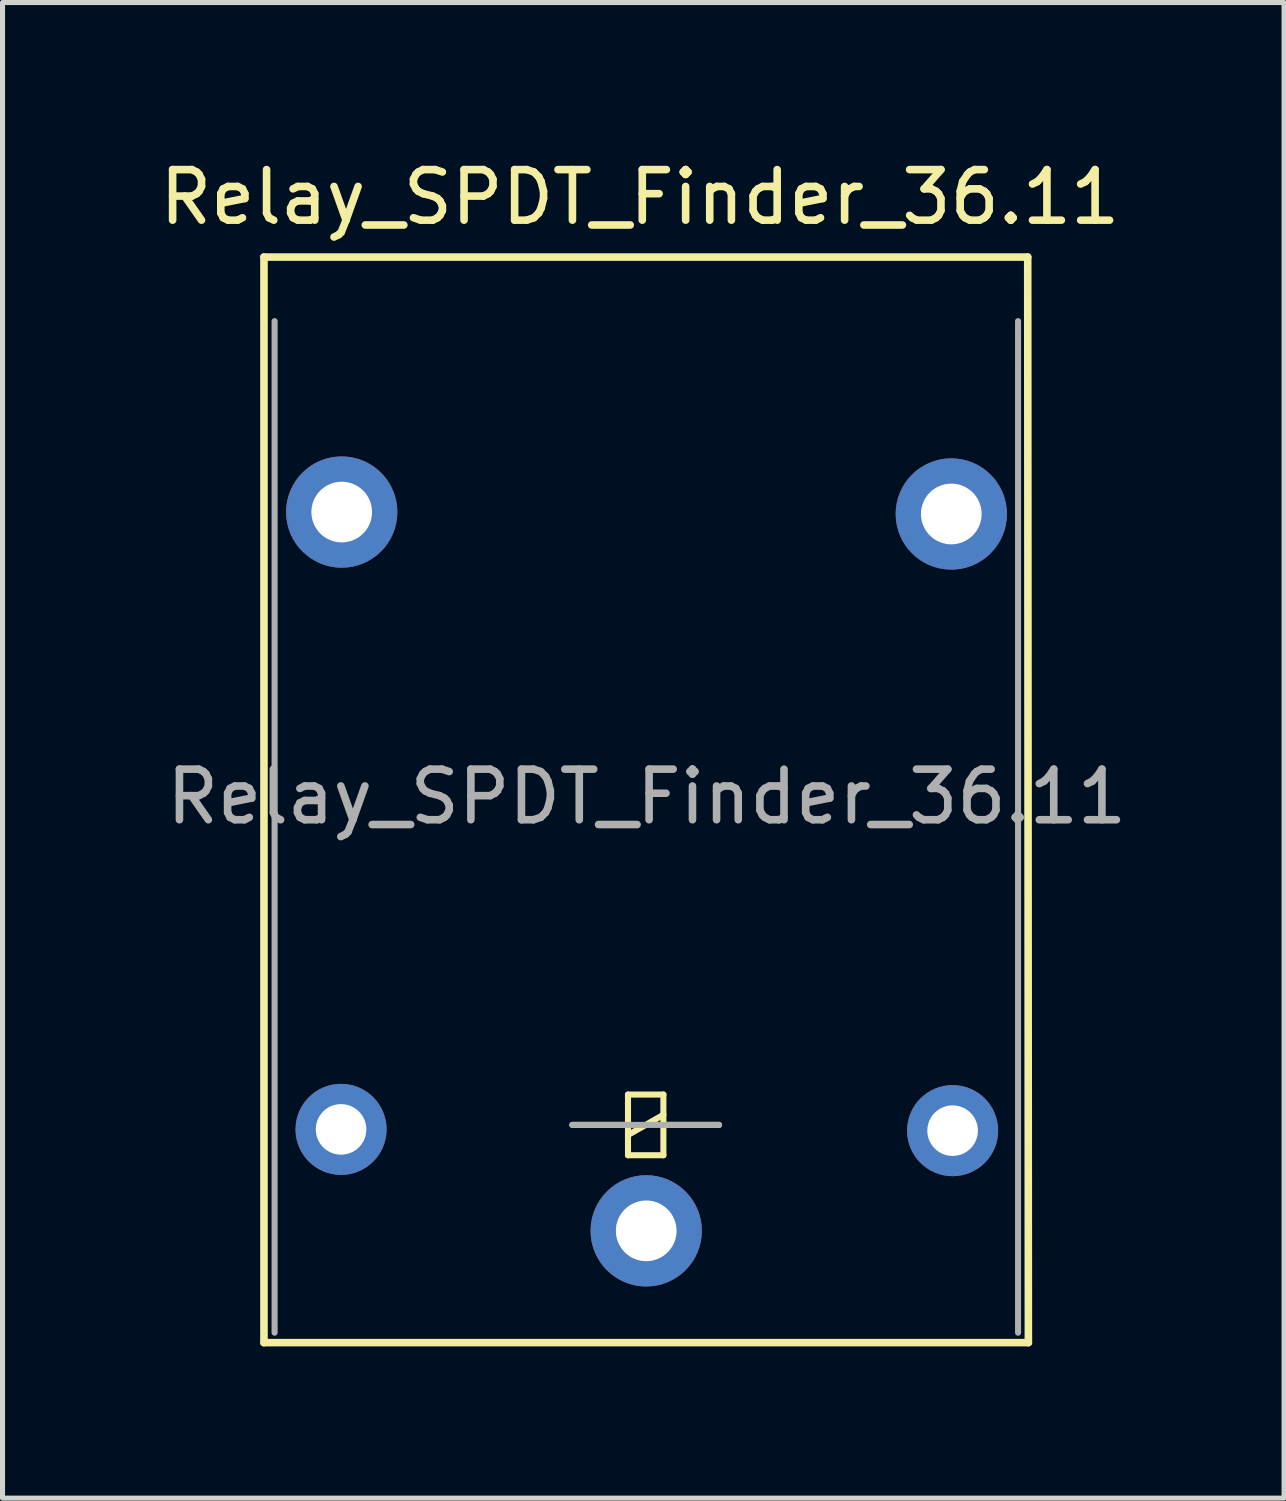
<source format=kicad_pcb>
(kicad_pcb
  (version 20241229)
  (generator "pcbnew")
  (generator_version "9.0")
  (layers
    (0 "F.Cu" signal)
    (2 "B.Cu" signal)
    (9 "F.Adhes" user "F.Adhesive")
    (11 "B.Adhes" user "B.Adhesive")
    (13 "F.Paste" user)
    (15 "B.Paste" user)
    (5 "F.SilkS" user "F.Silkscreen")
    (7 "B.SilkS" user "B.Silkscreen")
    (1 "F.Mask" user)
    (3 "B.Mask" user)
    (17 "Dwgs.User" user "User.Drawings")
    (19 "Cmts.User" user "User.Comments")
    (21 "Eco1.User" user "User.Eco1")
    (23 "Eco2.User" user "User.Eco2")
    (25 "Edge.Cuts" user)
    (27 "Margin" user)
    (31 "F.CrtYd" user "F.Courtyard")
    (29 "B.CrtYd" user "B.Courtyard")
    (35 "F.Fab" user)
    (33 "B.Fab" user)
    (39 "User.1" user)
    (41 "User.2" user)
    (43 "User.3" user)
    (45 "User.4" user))
  (footprint "Relay_SPDT_Finder_36.11"
    (layer "F.Cu")
    (at 9.624 12.954)
    (property "Reference" "Relay_SPDT_Finder_36.11" (at -0.023 -12.106 0) (layer "F.SilkS") (effects (font (size 1 1) (thickness 0.15))))
    (attr through_hole)
    (fp_line (start -7.455 -10.922) (end -7.455 10.541) (stroke (width 0.15) (type solid)) (layer "F.SilkS"))
    (fp_line (start -7.455 -10.922) (end 7.645 -10.922) (stroke (width 0.15) (type solid)) (layer "F.SilkS"))
    (fp_line (start -0.258 5.636) (end -0.258 6.836) (stroke (width 0.12) (type solid)) (layer "F.SilkS"))
    (fp_line (start -0.258 6.236) (end -1.358 6.236) (stroke (width 0.12) (type solid)) (layer "F.SilkS"))
    (fp_line (start -0.258 6.436) (end 0.442 6.036) (stroke (width 0.12) (type solid)) (layer "F.SilkS"))
    (fp_line (start -0.258 6.836) (end 0.442 6.836) (stroke (width 0.12) (type solid)) (layer "F.SilkS"))
    (fp_line (start 0.442 5.636) (end -0.258 5.636) (stroke (width 0.12) (type solid)) (layer "F.SilkS"))
    (fp_line (start 0.442 6.236) (end 1.542 6.236) (stroke (width 0.12) (type solid)) (layer "F.SilkS"))
    (fp_line (start 0.442 6.836) (end 0.442 5.636) (stroke (width 0.12) (type solid)) (layer "F.SilkS"))
    (fp_line (start 7.658 10.541) (end -7.455 10.541) (stroke (width 0.15) (type solid)) (layer "F.SilkS"))
    (fp_line (start 7.658 10.541) (end 7.645 -10.922) (stroke (width 0.15) (type solid)) (layer "F.SilkS"))
    (fp_line (start -7.245 10.345) (end -7.245 -9.655) (stroke (width 0.12) (type solid)) (layer "F.Fab"))
    (fp_line (start -1.358 6.236) (end 1.542 6.236) (stroke (width 0.12) (type solid)) (layer "F.Fab"))
    (fp_line (start 7.454 -9.655) (end 7.454 10.345) (stroke (width 0.12) (type solid)) (layer "F.Fab"))
    (fp_text user "${REFERENCE}" (at 0.112 -0.252 0) (layer "F.Fab") (effects (font (size 1 1) (thickness 0.15))))
    (pad "11" thru_hole circle (at 0.102 8.331) (size 2.2 2.2) (drill 1.2) (layers "*.Cu" "*.Mask"))
    (pad "12" thru_hole circle (at -5.918 -5.88) (size 2.2 2.2) (drill 1.2) (layers "*.Cu" "*.Mask"))
    (pad "14" thru_hole circle (at 6.134 -5.842) (size 2.2 2.2) (drill 1.2) (layers "*.Cu" "*.Mask"))
    (pad "A1" thru_hole circle (at 6.16 6.35) (size 1.8 1.8) (drill 1) (layers "*.Cu" "*.Mask"))
    (pad "A2" thru_hole circle (at -5.931 6.325) (size 1.8 1.8) (drill 1) (layers "*.Cu" "*.Mask")))
  (gr_rect
    (start -3 -3)
    (end 22.337 26.57)
    (stroke (width 0.1) (type default))
    (fill no)
    (layer "Edge.Cuts")))
</source>
